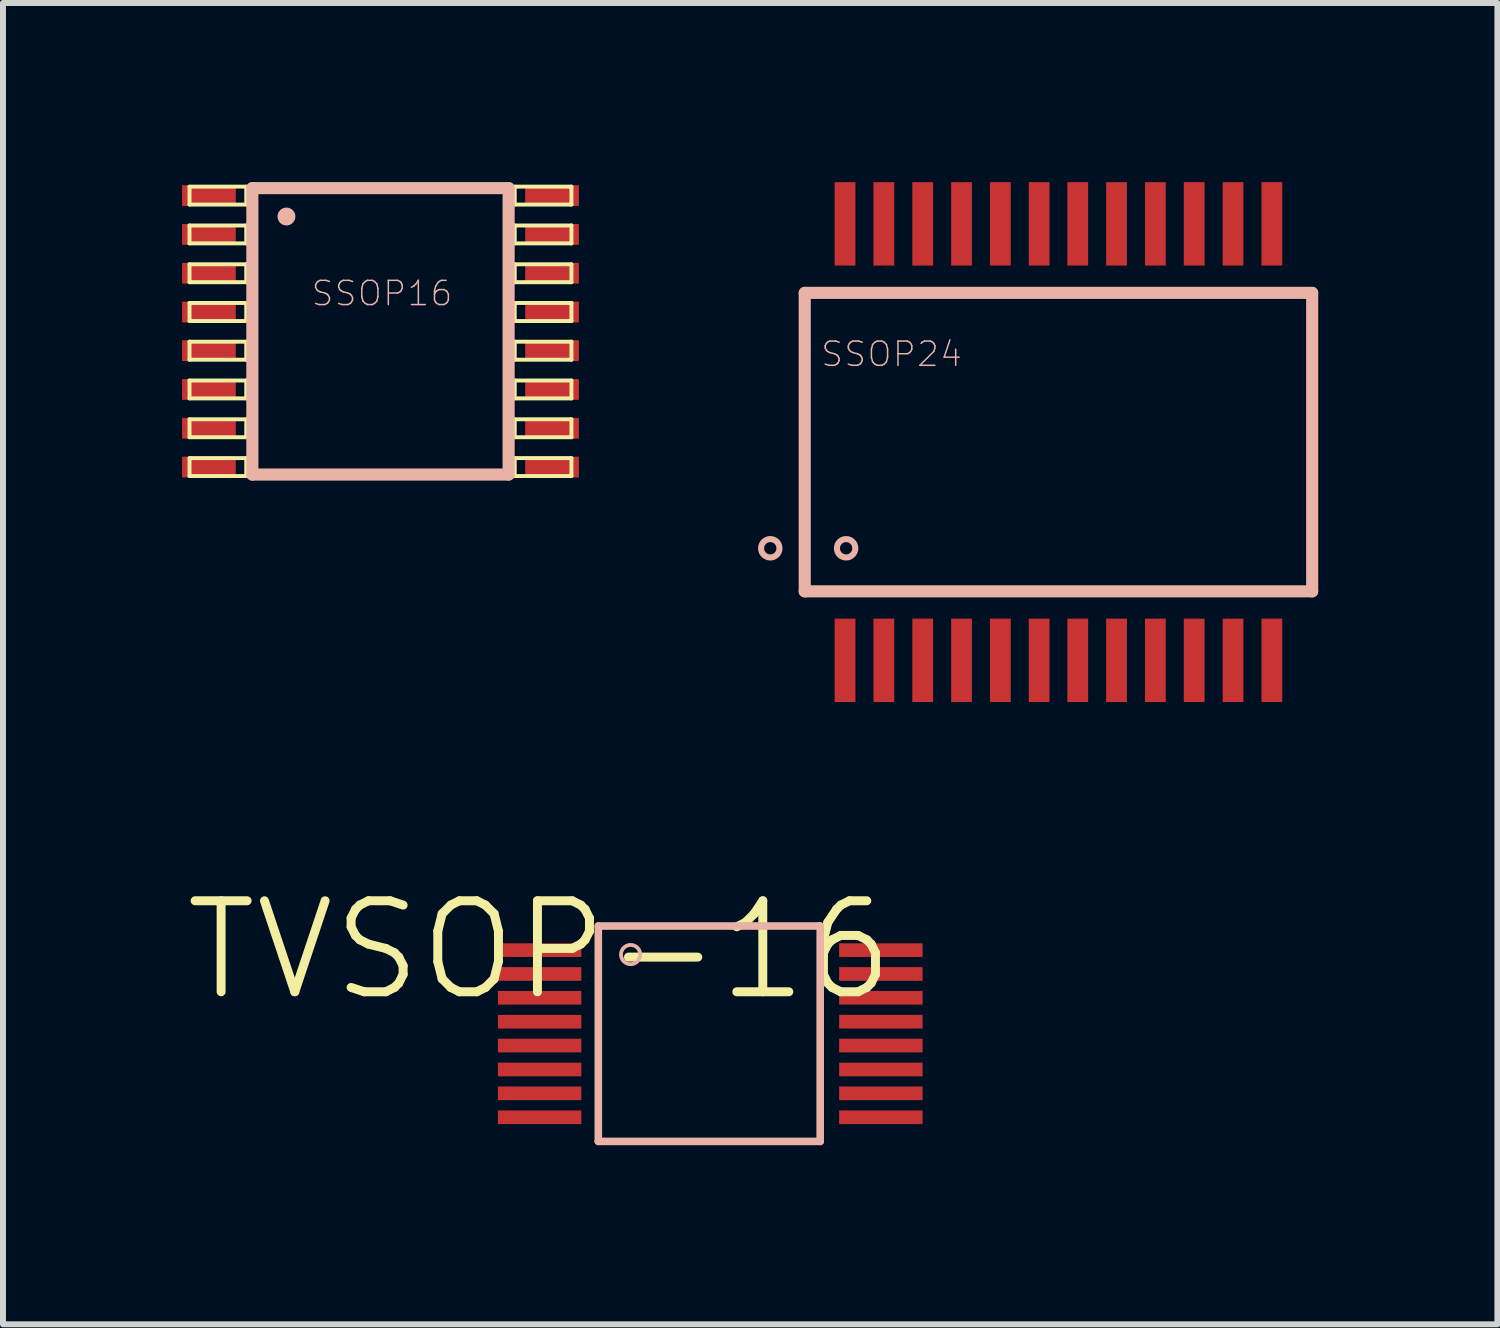
<source format=kicad_pcb>
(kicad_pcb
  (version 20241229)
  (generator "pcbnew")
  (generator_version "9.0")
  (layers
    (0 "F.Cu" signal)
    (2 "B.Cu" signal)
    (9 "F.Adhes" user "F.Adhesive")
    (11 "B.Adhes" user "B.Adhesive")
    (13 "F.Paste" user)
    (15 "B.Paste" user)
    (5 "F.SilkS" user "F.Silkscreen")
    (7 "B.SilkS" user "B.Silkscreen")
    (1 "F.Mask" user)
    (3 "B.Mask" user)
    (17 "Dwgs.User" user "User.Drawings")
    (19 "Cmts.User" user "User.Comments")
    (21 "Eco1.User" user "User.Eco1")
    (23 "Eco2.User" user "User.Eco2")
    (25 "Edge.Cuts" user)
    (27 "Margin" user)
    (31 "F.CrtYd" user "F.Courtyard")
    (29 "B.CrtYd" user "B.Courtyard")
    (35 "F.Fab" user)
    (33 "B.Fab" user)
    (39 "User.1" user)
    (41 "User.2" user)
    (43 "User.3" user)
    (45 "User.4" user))
  (footprint "SSOP16"
    (layer "F.Cu")
    (at 3.322 2.499)
    (property "Reference" "SSOP16" (at 0.025 -0.635 0) (layer "B.SilkS") (effects (font (size 0.406 0.406) (thickness 0.025))))
    (attr smd)
    (fp_line (start -3.198 -2.423) (end -2.248 -2.423) (stroke (width 0.066) (type solid)) (layer "F.SilkS"))
    (fp_line (start -3.198 -2.123) (end -3.198 -2.423) (stroke (width 0.066) (type solid)) (layer "F.SilkS"))
    (fp_line (start -3.198 -2.123) (end -2.248 -2.123) (stroke (width 0.066) (type solid)) (layer "F.SilkS"))
    (fp_line (start -3.198 -1.773) (end -2.248 -1.773) (stroke (width 0.066) (type solid)) (layer "F.SilkS"))
    (fp_line (start -3.198 -1.473) (end -3.198 -1.773) (stroke (width 0.066) (type solid)) (layer "F.SilkS"))
    (fp_line (start -3.198 -1.473) (end -2.248 -1.473) (stroke (width 0.066) (type solid)) (layer "F.SilkS"))
    (fp_line (start -3.198 -1.123) (end -2.248 -1.123) (stroke (width 0.066) (type solid)) (layer "F.SilkS"))
    (fp_line (start -3.198 -0.823) (end -3.198 -1.123) (stroke (width 0.066) (type solid)) (layer "F.SilkS"))
    (fp_line (start -3.198 -0.823) (end -2.248 -0.823) (stroke (width 0.066) (type solid)) (layer "F.SilkS"))
    (fp_line (start -3.198 -0.475) (end -2.248 -0.475) (stroke (width 0.066) (type solid)) (layer "F.SilkS"))
    (fp_line (start -3.198 -0.173) (end -3.198 -0.475) (stroke (width 0.066) (type solid)) (layer "F.SilkS"))
    (fp_line (start -3.198 -0.173) (end -2.248 -0.173) (stroke (width 0.066) (type solid)) (layer "F.SilkS"))
    (fp_line (start -3.198 0.173) (end -2.248 0.173) (stroke (width 0.066) (type solid)) (layer "F.SilkS"))
    (fp_line (start -3.198 0.475) (end -3.198 0.173) (stroke (width 0.066) (type solid)) (layer "F.SilkS"))
    (fp_line (start -3.198 0.475) (end -2.248 0.475) (stroke (width 0.066) (type solid)) (layer "F.SilkS"))
    (fp_line (start -3.198 0.823) (end -2.248 0.823) (stroke (width 0.066) (type solid)) (layer "F.SilkS"))
    (fp_line (start -3.198 1.123) (end -3.198 0.823) (stroke (width 0.066) (type solid)) (layer "F.SilkS"))
    (fp_line (start -3.198 1.123) (end -2.248 1.123) (stroke (width 0.066) (type solid)) (layer "F.SilkS"))
    (fp_line (start -3.198 1.473) (end -2.248 1.473) (stroke (width 0.066) (type solid)) (layer "F.SilkS"))
    (fp_line (start -3.198 1.773) (end -3.198 1.473) (stroke (width 0.066) (type solid)) (layer "F.SilkS"))
    (fp_line (start -3.198 1.773) (end -2.248 1.773) (stroke (width 0.066) (type solid)) (layer "F.SilkS"))
    (fp_line (start -3.198 2.123) (end -2.248 2.123) (stroke (width 0.066) (type solid)) (layer "F.SilkS"))
    (fp_line (start -3.198 2.423) (end -3.198 2.123) (stroke (width 0.066) (type solid)) (layer "F.SilkS"))
    (fp_line (start -3.198 2.423) (end -2.248 2.423) (stroke (width 0.066) (type solid)) (layer "F.SilkS"))
    (fp_line (start -2.248 -2.123) (end -2.248 -2.423) (stroke (width 0.066) (type solid)) (layer "F.SilkS"))
    (fp_line (start -2.248 -1.473) (end -2.248 -1.773) (stroke (width 0.066) (type solid)) (layer "F.SilkS"))
    (fp_line (start -2.248 -0.823) (end -2.248 -1.123) (stroke (width 0.066) (type solid)) (layer "F.SilkS"))
    (fp_line (start -2.248 -0.173) (end -2.248 -0.475) (stroke (width 0.066) (type solid)) (layer "F.SilkS"))
    (fp_line (start -2.248 0.475) (end -2.248 0.173) (stroke (width 0.066) (type solid)) (layer "F.SilkS"))
    (fp_line (start -2.248 1.123) (end -2.248 0.823) (stroke (width 0.066) (type solid)) (layer "F.SilkS"))
    (fp_line (start -2.248 1.773) (end -2.248 1.473) (stroke (width 0.066) (type solid)) (layer "F.SilkS"))
    (fp_line (start -2.248 2.423) (end -2.248 2.123) (stroke (width 0.066) (type solid)) (layer "F.SilkS"))
    (fp_line (start 2.248 -2.423) (end 3.198 -2.423) (stroke (width 0.066) (type solid)) (layer "F.SilkS"))
    (fp_line (start 2.248 -2.123) (end 2.248 -2.423) (stroke (width 0.066) (type solid)) (layer "F.SilkS"))
    (fp_line (start 2.248 -2.123) (end 3.198 -2.123) (stroke (width 0.066) (type solid)) (layer "F.SilkS"))
    (fp_line (start 2.248 -1.773) (end 3.198 -1.773) (stroke (width 0.066) (type solid)) (layer "F.SilkS"))
    (fp_line (start 2.248 -1.473) (end 2.248 -1.773) (stroke (width 0.066) (type solid)) (layer "F.SilkS"))
    (fp_line (start 2.248 -1.473) (end 3.198 -1.473) (stroke (width 0.066) (type solid)) (layer "F.SilkS"))
    (fp_line (start 2.248 -1.123) (end 3.198 -1.123) (stroke (width 0.066) (type solid)) (layer "F.SilkS"))
    (fp_line (start 2.248 -0.823) (end 2.248 -1.123) (stroke (width 0.066) (type solid)) (layer "F.SilkS"))
    (fp_line (start 2.248 -0.823) (end 3.198 -0.823) (stroke (width 0.066) (type solid)) (layer "F.SilkS"))
    (fp_line (start 2.248 -0.475) (end 3.198 -0.475) (stroke (width 0.066) (type solid)) (layer "F.SilkS"))
    (fp_line (start 2.248 -0.173) (end 2.248 -0.475) (stroke (width 0.066) (type solid)) (layer "F.SilkS"))
    (fp_line (start 2.248 -0.173) (end 3.198 -0.173) (stroke (width 0.066) (type solid)) (layer "F.SilkS"))
    (fp_line (start 2.248 0.173) (end 3.198 0.173) (stroke (width 0.066) (type solid)) (layer "F.SilkS"))
    (fp_line (start 2.248 0.475) (end 2.248 0.173) (stroke (width 0.066) (type solid)) (layer "F.SilkS"))
    (fp_line (start 2.248 0.475) (end 3.198 0.475) (stroke (width 0.066) (type solid)) (layer "F.SilkS"))
    (fp_line (start 2.248 0.823) (end 3.198 0.823) (stroke (width 0.066) (type solid)) (layer "F.SilkS"))
    (fp_line (start 2.248 1.123) (end 2.248 0.823) (stroke (width 0.066) (type solid)) (layer "F.SilkS"))
    (fp_line (start 2.248 1.123) (end 3.198 1.123) (stroke (width 0.066) (type solid)) (layer "F.SilkS"))
    (fp_line (start 2.248 1.473) (end 3.198 1.473) (stroke (width 0.066) (type solid)) (layer "F.SilkS"))
    (fp_line (start 2.248 1.773) (end 2.248 1.473) (stroke (width 0.066) (type solid)) (layer "F.SilkS"))
    (fp_line (start 2.248 1.773) (end 3.198 1.773) (stroke (width 0.066) (type solid)) (layer "F.SilkS"))
    (fp_line (start 2.248 2.123) (end 3.198 2.123) (stroke (width 0.066) (type solid)) (layer "F.SilkS"))
    (fp_line (start 2.248 2.423) (end 2.248 2.123) (stroke (width 0.066) (type solid)) (layer "F.SilkS"))
    (fp_line (start 2.248 2.423) (end 3.198 2.423) (stroke (width 0.066) (type solid)) (layer "F.SilkS"))
    (fp_line (start 3.198 -2.123) (end 3.198 -2.423) (stroke (width 0.066) (type solid)) (layer "F.SilkS"))
    (fp_line (start 3.198 -1.473) (end 3.198 -1.773) (stroke (width 0.066) (type solid)) (layer "F.SilkS"))
    (fp_line (start 3.198 -0.823) (end 3.198 -1.123) (stroke (width 0.066) (type solid)) (layer "F.SilkS"))
    (fp_line (start 3.198 -0.173) (end 3.198 -0.475) (stroke (width 0.066) (type solid)) (layer "F.SilkS"))
    (fp_line (start 3.198 0.475) (end 3.198 0.173) (stroke (width 0.066) (type solid)) (layer "F.SilkS"))
    (fp_line (start 3.198 1.123) (end 3.198 0.823) (stroke (width 0.066) (type solid)) (layer "F.SilkS"))
    (fp_line (start 3.198 1.773) (end 3.198 1.473) (stroke (width 0.066) (type solid)) (layer "F.SilkS"))
    (fp_line (start 3.198 2.423) (end 3.198 2.123) (stroke (width 0.066) (type solid)) (layer "F.SilkS"))
    (fp_line (start -2.146 -2.398) (end -2.146 2.398) (stroke (width 0.203) (type solid)) (layer "B.SilkS"))
    (fp_line (start -2.146 2.398) (end 2.146 2.398) (stroke (width 0.203) (type solid)) (layer "B.SilkS"))
    (fp_line (start 2.146 -2.398) (end -2.146 -2.398) (stroke (width 0.203) (type solid)) (layer "B.SilkS"))
    (fp_line (start 2.146 2.398) (end 2.146 -2.398) (stroke (width 0.203) (type solid)) (layer "B.SilkS"))
    (fp_circle (center -1.575 -1.923) (end -1.681 -2.029) (stroke (width 0) (type solid)) (fill yes) (layer "B.SilkS"))
    (pad "1" smd rect (at -2.873 -2.273) (size 0.899 0.348) (layers "F.Cu" "F.Mask" "F.Paste"))
    (pad "2" smd rect (at -2.873 -1.623) (size 0.899 0.348) (layers "F.Cu" "F.Mask" "F.Paste"))
    (pad "3" smd rect (at -2.873 -0.973) (size 0.899 0.348) (layers "F.Cu" "F.Mask" "F.Paste"))
    (pad "4" smd rect (at -2.873 -0.323) (size 0.899 0.348) (layers "F.Cu" "F.Mask" "F.Paste"))
    (pad "5" smd rect (at -2.873 0.323) (size 0.899 0.348) (layers "F.Cu" "F.Mask" "F.Paste"))
    (pad "6" smd rect (at -2.873 0.973) (size 0.899 0.348) (layers "F.Cu" "F.Mask" "F.Paste"))
    (pad "7" smd rect (at -2.873 1.623) (size 0.899 0.348) (layers "F.Cu" "F.Mask" "F.Paste"))
    (pad "8" smd rect (at -2.873 2.273) (size 0.899 0.348) (layers "F.Cu" "F.Mask" "F.Paste"))
    (pad "9" smd rect (at 2.873 2.273 180) (size 0.899 0.348) (layers "F.Cu" "F.Mask" "F.Paste"))
    (pad "10" smd rect (at 2.873 1.623 180) (size 0.899 0.348) (layers "F.Cu" "F.Mask" "F.Paste"))
    (pad "11" smd rect (at 2.873 0.973 180) (size 0.899 0.348) (layers "F.Cu" "F.Mask" "F.Paste"))
    (pad "12" smd rect (at 2.873 0.323 180) (size 0.899 0.348) (layers "F.Cu" "F.Mask" "F.Paste"))
    (pad "13" smd rect (at 2.873 -0.323 180) (size 0.899 0.348) (layers "F.Cu" "F.Mask" "F.Paste"))
    (pad "14" smd rect (at 2.873 -0.973 180) (size 0.899 0.348) (layers "F.Cu" "F.Mask" "F.Paste"))
    (pad "15" smd rect (at 2.873 -1.623 180) (size 0.899 0.348) (layers "F.Cu" "F.Mask" "F.Paste"))
    (pad "16" smd rect (at 2.873 -2.273 180) (size 0.899 0.348) (layers "F.Cu" "F.Mask" "F.Paste")))
  (footprint "SSOP24"
    (layer "F.Cu")
    (at 14.676 4.354)
    (property "Reference" "SSOP24" (at -2.794 -1.473 0) (layer "B.SilkS") (effects (font (size 0.406 0.406) (thickness 0.025))))
    (attr smd)
    (fp_line (start -4.249 -2.499) (end 4.249 -2.499) (stroke (width 0.203) (type solid)) (layer "B.SilkS"))
    (fp_line (start -4.249 2.499) (end -4.249 -2.499) (stroke (width 0.203) (type solid)) (layer "B.SilkS"))
    (fp_line (start 4.249 -2.499) (end 4.249 2.499) (stroke (width 0.203) (type solid)) (layer "B.SilkS"))
    (fp_line (start 4.249 2.499) (end -4.249 2.499) (stroke (width 0.203) (type solid)) (layer "B.SilkS"))
    (fp_circle (center -4.826 1.778) (end -4.935 1.887) (stroke (width 0.102) (type solid)) (fill no) (layer "B.SilkS"))
    (fp_circle (center -3.556 1.778) (end -3.665 1.887) (stroke (width 0.102) (type solid)) (fill no) (layer "B.SilkS"))
    (pad "1" smd rect (at -3.574 3.655) (size 0.348 1.397) (layers "F.Cu" "F.Mask" "F.Paste"))
    (pad "2" smd rect (at -2.924 3.655) (size 0.348 1.397) (layers "F.Cu" "F.Mask" "F.Paste"))
    (pad "3" smd rect (at -2.273 3.655) (size 0.348 1.397) (layers "F.Cu" "F.Mask" "F.Paste"))
    (pad "4" smd rect (at -1.623 3.655) (size 0.348 1.397) (layers "F.Cu" "F.Mask" "F.Paste"))
    (pad "5" smd rect (at -0.973 3.655) (size 0.348 1.397) (layers "F.Cu" "F.Mask" "F.Paste"))
    (pad "6" smd rect (at -0.323 3.655) (size 0.348 1.397) (layers "F.Cu" "F.Mask" "F.Paste"))
    (pad "7" smd rect (at 0.323 3.655) (size 0.348 1.397) (layers "F.Cu" "F.Mask" "F.Paste"))
    (pad "8" smd rect (at 0.973 3.655) (size 0.348 1.397) (layers "F.Cu" "F.Mask" "F.Paste"))
    (pad "9" smd rect (at 1.623 3.655) (size 0.348 1.397) (layers "F.Cu" "F.Mask" "F.Paste"))
    (pad "10" smd rect (at 2.273 3.655) (size 0.348 1.397) (layers "F.Cu" "F.Mask" "F.Paste"))
    (pad "11" smd rect (at 2.924 3.655) (size 0.348 1.397) (layers "F.Cu" "F.Mask" "F.Paste"))
    (pad "12" smd rect (at 3.574 3.655) (size 0.348 1.397) (layers "F.Cu" "F.Mask" "F.Paste"))
    (pad "13" smd rect (at 3.574 -3.655 180) (size 0.348 1.397) (layers "F.Cu" "F.Mask" "F.Paste"))
    (pad "14" smd rect (at 2.924 -3.655 180) (size 0.348 1.397) (layers "F.Cu" "F.Mask" "F.Paste"))
    (pad "15" smd rect (at 2.273 -3.655) (size 0.348 1.397) (layers "F.Cu" "F.Mask" "F.Paste"))
    (pad "16" smd rect (at 1.623 -3.655) (size 0.348 1.397) (layers "F.Cu" "F.Mask" "F.Paste"))
    (pad "17" smd rect (at 0.973 -3.655) (size 0.348 1.397) (layers "F.Cu" "F.Mask" "F.Paste"))
    (pad "18" smd rect (at 0.323 -3.655) (size 0.348 1.397) (layers "F.Cu" "F.Mask" "F.Paste"))
    (pad "19" smd rect (at -0.323 -3.655) (size 0.348 1.397) (layers "F.Cu" "F.Mask" "F.Paste"))
    (pad "20" smd rect (at -0.973 -3.655) (size 0.348 1.397) (layers "F.Cu" "F.Mask" "F.Paste"))
    (pad "21" smd rect (at -1.623 -3.655) (size 0.348 1.397) (layers "F.Cu" "F.Mask" "F.Paste"))
    (pad "22" smd rect (at -2.273 -3.655) (size 0.348 1.397) (layers "F.Cu" "F.Mask" "F.Paste"))
    (pad "23" smd rect (at -2.924 -3.655) (size 0.348 1.397) (layers "F.Cu" "F.Mask" "F.Paste"))
    (pad "24" smd rect (at -3.574 -3.655) (size 0.348 1.397) (layers "F.Cu" "F.Mask" "F.Paste")))
  (footprint "TVSOP-16"
    (layer "F.Cu")
    (at 5.987 12.862)
    (property "Reference" "TVSOP-16" (at 0 0 0) (layer "F.SilkS") (effects (font (size 1.524 1.524) (thickness 0.15))))
    (attr smd)
    (fp_line (start 0.983 -0.404) (end 0.983 3.203) (stroke (width 0.127) (type solid)) (layer "B.SilkS"))
    (fp_line (start 0.983 3.203) (end 4.699 3.203) (stroke (width 0.127) (type solid)) (layer "B.SilkS"))
    (fp_line (start 4.699 -0.404) (end 0.983 -0.404) (stroke (width 0.127) (type solid)) (layer "B.SilkS"))
    (fp_line (start 4.699 3.203) (end 4.699 -0.404) (stroke (width 0.127) (type solid)) (layer "B.SilkS"))
    (fp_circle (center 1.524 0.074) (end 1.638 0.188) (stroke (width 0.064) (type solid)) (fill no) (layer "B.SilkS"))
    (pad "P$1" smd rect (at 0 0) (size 1.397 0.229) (layers "F.Cu" "F.Mask" "F.Paste"))
    (pad "P$2" smd rect (at 0 0.399) (size 1.397 0.229) (layers "F.Cu" "F.Mask" "F.Paste"))
    (pad "P$3" smd rect (at 0 0.798) (size 1.397 0.229) (layers "F.Cu" "F.Mask" "F.Paste"))
    (pad "P$4" smd rect (at 0 1.199) (size 1.397 0.229) (layers "F.Cu" "F.Mask" "F.Paste"))
    (pad "P$5" smd rect (at 0 1.598) (size 1.397 0.229) (layers "F.Cu" "F.Mask" "F.Paste"))
    (pad "P$6" smd rect (at 0 1.999) (size 1.397 0.229) (layers "F.Cu" "F.Mask" "F.Paste"))
    (pad "P$7" smd rect (at 0 2.398) (size 1.397 0.229) (layers "F.Cu" "F.Mask" "F.Paste"))
    (pad "P$8" smd rect (at 0 2.799) (size 1.397 0.229) (layers "F.Cu" "F.Mask" "F.Paste"))
    (pad "P$9" smd rect (at 5.715 2.799) (size 1.397 0.229) (layers "F.Cu" "F.Mask" "F.Paste"))
    (pad "P$10" smd rect (at 5.715 2.398) (size 1.397 0.229) (layers "F.Cu" "F.Mask" "F.Paste"))
    (pad "P$11" smd rect (at 5.715 1.999) (size 1.397 0.229) (layers "F.Cu" "F.Mask" "F.Paste"))
    (pad "P$12" smd rect (at 5.715 1.598) (size 1.397 0.229) (layers "F.Cu" "F.Mask" "F.Paste"))
    (pad "P$13" smd rect (at 5.715 1.199) (size 1.397 0.229) (layers "F.Cu" "F.Mask" "F.Paste"))
    (pad "P$14" smd rect (at 5.715 0.798) (size 1.397 0.229) (layers "F.Cu" "F.Mask" "F.Paste"))
    (pad "P$15" smd rect (at 5.715 0.399) (size 1.397 0.229) (layers "F.Cu" "F.Mask" "F.Paste"))
    (pad "P$16" smd rect (at 5.715 0) (size 1.397 0.229) (layers "F.Cu" "F.Mask" "F.Paste")))
  (gr_rect
    (start -3 -3)
    (end 22.027 19.128)
    (stroke (width 0.1) (type default))
    (fill no)
    (layer "Edge.Cuts")))
</source>
